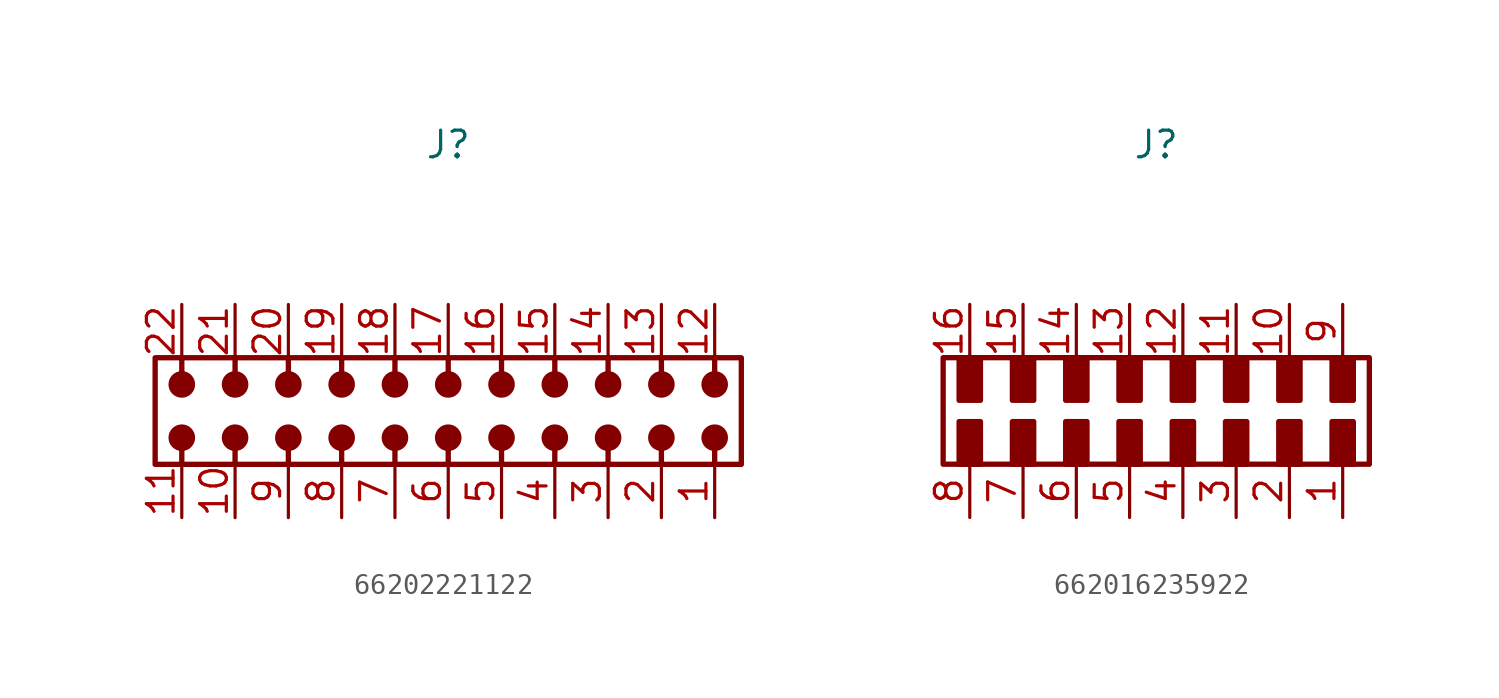
<source format=kicad_sym>
(kicad_symbol_lib
  (version 20241209)
  (generator "kicad_symbol_editor")
  (generator_version "9.0")
  (symbol "66202221122"
    (pin_names
      (hide yes))
    (property "Reference" "J"
      (at 0 12.7 0)
      (effects (font (size 1.27 1.27))))
    (symbol "66202221122_1_1"
      (rectangle (start -13.97 2.54) (end 13.97 -2.54) (stroke (width 0.254) (type solid)) (fill (type none)))
      (polyline (pts (xy -12.7 1.778) (xy -12.7 2.54)) (stroke (width 0.254) (type solid)) (fill (type none)))
      (circle (center -12.7 1.27) (radius 0.508) (stroke (width 0.254) (type solid)) (fill (type outline)))
      (circle (center -12.7 -1.27) (radius 0.508) (stroke (width 0.254) (type solid)) (fill (type outline)))
      (polyline (pts (xy -12.7 -1.778) (xy -12.7 -2.54)) (stroke (width 0.254) (type solid)) (fill (type none)))
      (polyline (pts (xy -10.16 1.778) (xy -10.16 2.54)) (stroke (width 0.254) (type solid)) (fill (type none)))
      (circle (center -10.16 1.27) (radius 0.508) (stroke (width 0.254) (type solid)) (fill (type outline)))
      (circle (center -10.16 -1.27) (radius 0.508) (stroke (width 0.254) (type solid)) (fill (type outline)))
      (polyline (pts (xy -10.16 -1.778) (xy -10.16 -2.54)) (stroke (width 0.254) (type solid)) (fill (type none)))
      (polyline (pts (xy -7.62 1.778) (xy -7.62 2.54)) (stroke (width 0.254) (type solid)) (fill (type none)))
      (circle (center -7.62 1.27) (radius 0.508) (stroke (width 0.254) (type solid)) (fill (type outline)))
      (circle (center -7.62 -1.27) (radius 0.508) (stroke (width 0.254) (type solid)) (fill (type outline)))
      (polyline (pts (xy -7.62 -1.778) (xy -7.62 -2.54)) (stroke (width 0.254) (type solid)) (fill (type none)))
      (polyline (pts (xy -5.08 1.778) (xy -5.08 2.54)) (stroke (width 0.254) (type solid)) (fill (type none)))
      (circle (center -5.08 1.27) (radius 0.508) (stroke (width 0.254) (type solid)) (fill (type outline)))
      (circle (center -5.08 -1.27) (radius 0.508) (stroke (width 0.254) (type solid)) (fill (type outline)))
      (polyline (pts (xy -5.08 -1.778) (xy -5.08 -2.54)) (stroke (width 0.254) (type solid)) (fill (type none)))
      (polyline (pts (xy -2.54 1.778) (xy -2.54 2.54)) (stroke (width 0.254) (type solid)) (fill (type none)))
      (circle (center -2.54 1.27) (radius 0.508) (stroke (width 0.254) (type solid)) (fill (type outline)))
      (circle (center -2.54 -1.27) (radius 0.508) (stroke (width 0.254) (type solid)) (fill (type outline)))
      (polyline (pts (xy -2.54 -1.778) (xy -2.54 -2.54)) (stroke (width 0.254) (type solid)) (fill (type none)))
      (polyline (pts (xy 0 1.778) (xy 0 2.54)) (stroke (width 0.254) (type solid)) (fill (type none)))
      (circle (center 0 1.27) (radius 0.508) (stroke (width 0.254) (type solid)) (fill (type outline)))
      (circle (center 0 -1.27) (radius 0.508) (stroke (width 0.254) (type solid)) (fill (type outline)))
      (polyline (pts (xy 0 -1.778) (xy 0 -2.54)) (stroke (width 0.254) (type solid)) (fill (type none)))
      (polyline (pts (xy 2.54 1.778) (xy 2.54 2.54)) (stroke (width 0.254) (type solid)) (fill (type none)))
      (circle (center 2.54 1.27) (radius 0.508) (stroke (width 0.254) (type solid)) (fill (type outline)))
      (circle (center 2.54 -1.27) (radius 0.508) (stroke (width 0.254) (type solid)) (fill (type outline)))
      (polyline (pts (xy 2.54 -1.778) (xy 2.54 -2.54)) (stroke (width 0.254) (type solid)) (fill (type none)))
      (polyline (pts (xy 5.08 1.778) (xy 5.08 2.54)) (stroke (width 0.254) (type solid)) (fill (type none)))
      (circle (center 5.08 1.27) (radius 0.508) (stroke (width 0.254) (type solid)) (fill (type outline)))
      (circle (center 5.08 -1.27) (radius 0.508) (stroke (width 0.254) (type solid)) (fill (type outline)))
      (polyline (pts (xy 5.08 -1.778) (xy 5.08 -2.54)) (stroke (width 0.254) (type solid)) (fill (type none)))
      (polyline (pts (xy 7.62 1.778) (xy 7.62 2.54)) (stroke (width 0.254) (type solid)) (fill (type none)))
      (circle (center 7.62 1.27) (radius 0.508) (stroke (width 0.254) (type solid)) (fill (type outline)))
      (circle (center 7.62 -1.27) (radius 0.508) (stroke (width 0.254) (type solid)) (fill (type outline)))
      (polyline (pts (xy 7.62 -1.778) (xy 7.62 -2.54)) (stroke (width 0.254) (type solid)) (fill (type none)))
      (polyline (pts (xy 10.16 1.778) (xy 10.16 2.54)) (stroke (width 0.254) (type solid)) (fill (type none)))
      (circle (center 10.16 1.27) (radius 0.508) (stroke (width 0.254) (type solid)) (fill (type outline)))
      (circle (center 10.16 -1.27) (radius 0.508) (stroke (width 0.254) (type solid)) (fill (type outline)))
      (polyline (pts (xy 10.16 -1.778) (xy 10.16 -2.54)) (stroke (width 0.254) (type solid)) (fill (type none)))
      (polyline (pts (xy 12.7 1.778) (xy 12.7 2.54)) (stroke (width 0.254) (type solid)) (fill (type none)))
      (circle (center 12.7 1.27) (radius 0.508) (stroke (width 0.254) (type solid)) (fill (type outline)))
      (circle (center 12.7 -1.27) (radius 0.508) (stroke (width 0.254) (type solid)) (fill (type outline)))
      (polyline (pts (xy 12.7 -1.778) (xy 12.7 -2.54)) (stroke (width 0.254) (type solid)) (fill (type none)))
      (pin passive line (at -12.7 5.08 270) (length 2.54) (name "22" (effects (font (size 1.27 1.27)))) (number "22" (effects (font (size 1.27 1.27)))))
      (pin passive line (at -12.7 -5.08 90) (length 2.54) (name "11" (effects (font (size 1.27 1.27)))) (number "11" (effects (font (size 1.27 1.27)))))
      (pin passive line (at -10.16 5.08 270) (length 2.54) (name "21" (effects (font (size 1.27 1.27)))) (number "21" (effects (font (size 1.27 1.27)))))
      (pin passive line (at -10.16 -5.08 90) (length 2.54) (name "10" (effects (font (size 1.27 1.27)))) (number "10" (effects (font (size 1.27 1.27)))))
      (pin passive line (at -7.62 5.08 270) (length 2.54) (name "20" (effects (font (size 1.27 1.27)))) (number "20" (effects (font (size 1.27 1.27)))))
      (pin passive line (at -7.62 -5.08 90) (length 2.54) (name "9" (effects (font (size 1.27 1.27)))) (number "9" (effects (font (size 1.27 1.27)))))
      (pin passive line (at -5.08 5.08 270) (length 2.54) (name "19" (effects (font (size 1.27 1.27)))) (number "19" (effects (font (size 1.27 1.27)))))
      (pin passive line (at -5.08 -5.08 90) (length 2.54) (name "8" (effects (font (size 1.27 1.27)))) (number "8" (effects (font (size 1.27 1.27)))))
      (pin passive line (at -2.54 5.08 270) (length 2.54) (name "18" (effects (font (size 1.27 1.27)))) (number "18" (effects (font (size 1.27 1.27)))))
      (pin passive line (at -2.54 -5.08 90) (length 2.54) (name "7" (effects (font (size 1.27 1.27)))) (number "7" (effects (font (size 1.27 1.27)))))
      (pin passive line (at 0 5.08 270) (length 2.54) (name "17" (effects (font (size 1.27 1.27)))) (number "17" (effects (font (size 1.27 1.27)))))
      (pin passive line (at 0 -5.08 90) (length 2.54) (name "6" (effects (font (size 1.27 1.27)))) (number "6" (effects (font (size 1.27 1.27)))))
      (pin passive line (at 2.54 5.08 270) (length 2.54) (name "16" (effects (font (size 1.27 1.27)))) (number "16" (effects (font (size 1.27 1.27)))))
      (pin passive line (at 2.54 -5.08 90) (length 2.54) (name "5" (effects (font (size 1.27 1.27)))) (number "5" (effects (font (size 1.27 1.27)))))
      (pin passive line (at 5.08 5.08 270) (length 2.54) (name "15" (effects (font (size 1.27 1.27)))) (number "15" (effects (font (size 1.27 1.27)))))
      (pin passive line (at 5.08 -5.08 90) (length 2.54) (name "4" (effects (font (size 1.27 1.27)))) (number "4" (effects (font (size 1.27 1.27)))))
      (pin passive line (at 7.62 5.08 270) (length 2.54) (name "14" (effects (font (size 1.27 1.27)))) (number "14" (effects (font (size 1.27 1.27)))))
      (pin passive line (at 7.62 -5.08 90) (length 2.54) (name "3" (effects (font (size 1.27 1.27)))) (number "3" (effects (font (size 1.27 1.27)))))
      (pin passive line (at 10.16 5.08 270) (length 2.54) (name "13" (effects (font (size 1.27 1.27)))) (number "13" (effects (font (size 1.27 1.27)))))
      (pin passive line (at 10.16 -5.08 90) (length 2.54) (name "2" (effects (font (size 1.27 1.27)))) (number "2" (effects (font (size 1.27 1.27)))))
      (pin passive line (at 12.7 5.08 270) (length 2.54) (name "12" (effects (font (size 1.27 1.27)))) (number "12" (effects (font (size 1.27 1.27)))))
      (pin passive line (at 12.7 -5.08 90) (length 2.54) (name "1" (effects (font (size 1.27 1.27)))) (number "1" (effects (font (size 1.27 1.27)))))))
  (symbol "662016235922"
    (pin_names
      (hide yes))
    (property "Reference" "J"
      (at 0 12.7 0)
      (effects (font (size 1.27 1.27))))
    (symbol "662016235922_1_1"
      (rectangle (start -10.16 2.54) (end 10.16 -2.54) (stroke (width 0.254) (type solid)) (fill (type none)))
      (rectangle (start -9.398 2.54) (end -8.382 0.508) (stroke (width 0.254) (type solid)) (fill (type outline)))
      (rectangle (start -9.398 -0.508) (end -8.382 -2.54) (stroke (width 0.254) (type solid)) (fill (type outline)))
      (rectangle (start -6.858 2.54) (end -5.842 0.508) (stroke (width 0.254) (type solid)) (fill (type outline)))
      (rectangle (start -6.858 -0.508) (end -5.842 -2.54) (stroke (width 0.254) (type solid)) (fill (type outline)))
      (rectangle (start -4.318 2.54) (end -3.302 0.508) (stroke (width 0.254) (type solid)) (fill (type outline)))
      (rectangle (start -4.318 -0.508) (end -3.302 -2.54) (stroke (width 0.254) (type solid)) (fill (type outline)))
      (rectangle (start -1.778 2.54) (end -0.762 0.508) (stroke (width 0.254) (type solid)) (fill (type outline)))
      (rectangle (start -1.778 -0.508) (end -0.762 -2.54) (stroke (width 0.254) (type solid)) (fill (type outline)))
      (rectangle (start 0.762 2.54) (end 1.778 0.508) (stroke (width 0.254) (type solid)) (fill (type outline)))
      (rectangle (start 0.762 -0.508) (end 1.778 -2.54) (stroke (width 0.254) (type solid)) (fill (type outline)))
      (rectangle (start 3.302 2.54) (end 4.318 0.508) (stroke (width 0.254) (type solid)) (fill (type outline)))
      (rectangle (start 3.302 -0.508) (end 4.318 -2.54) (stroke (width 0.254) (type solid)) (fill (type outline)))
      (rectangle (start 5.842 2.54) (end 6.858 0.508) (stroke (width 0.254) (type solid)) (fill (type outline)))
      (rectangle (start 5.842 -0.508) (end 6.858 -2.54) (stroke (width 0.254) (type solid)) (fill (type outline)))
      (rectangle (start 8.382 2.54) (end 9.398 0.508) (stroke (width 0.254) (type solid)) (fill (type outline)))
      (rectangle (start 8.382 -0.508) (end 9.398 -2.54) (stroke (width 0.254) (type solid)) (fill (type outline)))
      (pin passive line (at -8.89 5.08 270) (length 2.54) (name "16" (effects (font (size 1.27 1.27)))) (number "16" (effects (font (size 1.27 1.27)))))
      (pin passive line (at -8.89 -5.08 90) (length 2.54) (name "8" (effects (font (size 1.27 1.27)))) (number "8" (effects (font (size 1.27 1.27)))))
      (pin passive line (at -6.35 5.08 270) (length 2.54) (name "15" (effects (font (size 1.27 1.27)))) (number "15" (effects (font (size 1.27 1.27)))))
      (pin passive line (at -6.35 -5.08 90) (length 2.54) (name "7" (effects (font (size 1.27 1.27)))) (number "7" (effects (font (size 1.27 1.27)))))
      (pin passive line (at -3.81 5.08 270) (length 2.54) (name "14" (effects (font (size 1.27 1.27)))) (number "14" (effects (font (size 1.27 1.27)))))
      (pin passive line (at -3.81 -5.08 90) (length 2.54) (name "6" (effects (font (size 1.27 1.27)))) (number "6" (effects (font (size 1.27 1.27)))))
      (pin passive line (at -1.27 5.08 270) (length 2.54) (name "13" (effects (font (size 1.27 1.27)))) (number "13" (effects (font (size 1.27 1.27)))))
      (pin passive line (at -1.27 -5.08 90) (length 2.54) (name "5" (effects (font (size 1.27 1.27)))) (number "5" (effects (font (size 1.27 1.27)))))
      (pin passive line (at 1.27 5.08 270) (length 2.54) (name "12" (effects (font (size 1.27 1.27)))) (number "12" (effects (font (size 1.27 1.27)))))
      (pin passive line (at 1.27 -5.08 90) (length 2.54) (name "4" (effects (font (size 1.27 1.27)))) (number "4" (effects (font (size 1.27 1.27)))))
      (pin passive line (at 3.81 5.08 270) (length 2.54) (name "11" (effects (font (size 1.27 1.27)))) (number "11" (effects (font (size 1.27 1.27)))))
      (pin passive line (at 3.81 -5.08 90) (length 2.54) (name "3" (effects (font (size 1.27 1.27)))) (number "3" (effects (font (size 1.27 1.27)))))
      (pin passive line (at 6.35 5.08 270) (length 2.54) (name "10" (effects (font (size 1.27 1.27)))) (number "10" (effects (font (size 1.27 1.27)))))
      (pin passive line (at 6.35 -5.08 90) (length 2.54) (name "2" (effects (font (size 1.27 1.27)))) (number "2" (effects (font (size 1.27 1.27)))))
      (pin passive line (at 8.89 5.08 270) (length 2.54) (name "9" (effects (font (size 1.27 1.27)))) (number "9" (effects (font (size 1.27 1.27)))))
      (pin passive line (at 8.89 -5.08 90) (length 2.54) (name "1" (effects (font (size 1.27 1.27)))) (number "1" (effects (font (size 1.27 1.27))))))))
</source>
